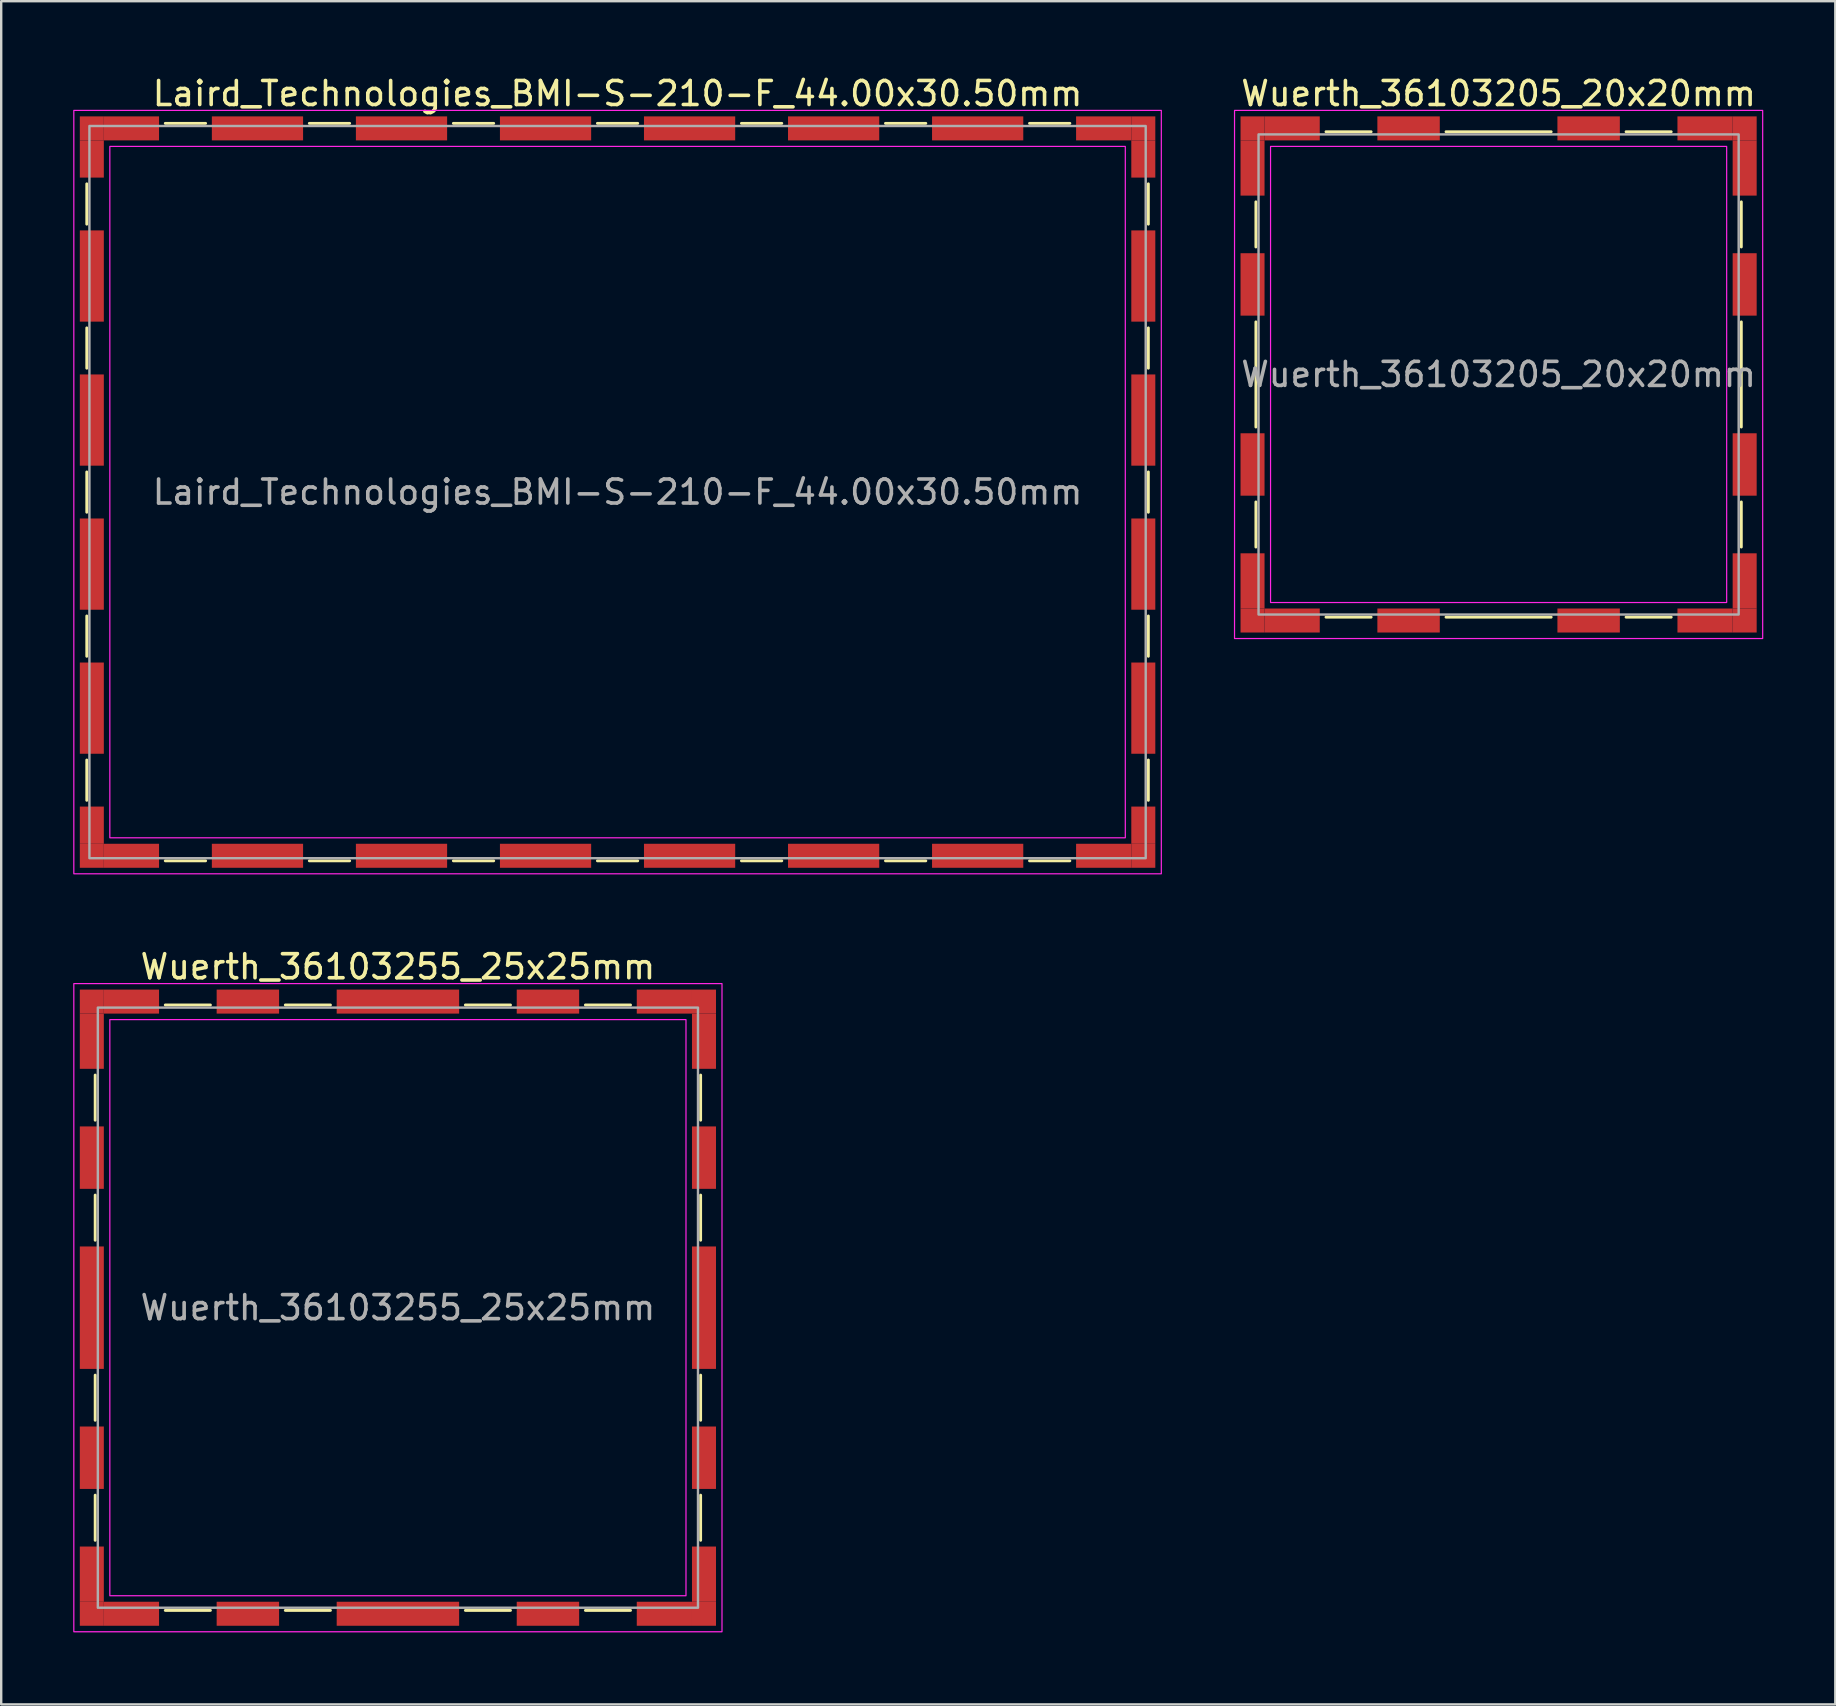
<source format=kicad_pcb>
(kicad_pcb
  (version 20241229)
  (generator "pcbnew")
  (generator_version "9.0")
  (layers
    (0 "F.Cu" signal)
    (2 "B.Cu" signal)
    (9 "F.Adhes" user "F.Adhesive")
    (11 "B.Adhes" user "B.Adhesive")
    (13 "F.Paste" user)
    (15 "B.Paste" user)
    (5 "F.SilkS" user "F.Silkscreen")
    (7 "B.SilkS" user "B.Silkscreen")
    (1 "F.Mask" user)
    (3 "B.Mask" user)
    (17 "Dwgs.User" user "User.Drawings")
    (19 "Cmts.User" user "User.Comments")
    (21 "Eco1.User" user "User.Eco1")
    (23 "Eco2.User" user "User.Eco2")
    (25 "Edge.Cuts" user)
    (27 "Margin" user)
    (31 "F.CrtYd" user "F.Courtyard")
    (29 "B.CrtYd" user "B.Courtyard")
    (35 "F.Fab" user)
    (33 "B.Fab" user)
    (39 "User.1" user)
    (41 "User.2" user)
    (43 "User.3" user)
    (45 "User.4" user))
  (footprint "Laird_Technologies_BMI-S-210-F_44.00x30.50mm"
    (layer "F.Cu")
    (at 22.675 17.448)
    (property "Reference" "Laird_Technologies_BMI-S-210-F_44.00x30.50mm" (at 0 -16.6 0) (layer "F.SilkS") (effects (font (size 1 1) (thickness 0.15))))
    (attr smd)
    (fp_line (start -22.11 -12.84) (end -22.11 -11.16) (stroke (width 0.12) (type solid)) (layer "F.SilkS"))
    (fp_line (start -22.11 -6.84) (end -22.11 -5.16) (stroke (width 0.12) (type solid)) (layer "F.SilkS"))
    (fp_line (start -22.11 -0.84) (end -22.11 0.84) (stroke (width 0.12) (type solid)) (layer "F.SilkS"))
    (fp_line (start -22.11 5.16) (end -22.11 6.84) (stroke (width 0.12) (type solid)) (layer "F.SilkS"))
    (fp_line (start -22.11 11.16) (end -22.11 12.84) (stroke (width 0.12) (type solid)) (layer "F.SilkS"))
    (fp_line (start -18.84 -15.36) (end -17.16 -15.36) (stroke (width 0.12) (type solid)) (layer "F.SilkS"))
    (fp_line (start -18.84 15.36) (end -17.16 15.36) (stroke (width 0.12) (type solid)) (layer "F.SilkS"))
    (fp_line (start -12.84 -15.36) (end -11.16 -15.36) (stroke (width 0.12) (type solid)) (layer "F.SilkS"))
    (fp_line (start -12.84 15.36) (end -11.16 15.36) (stroke (width 0.12) (type solid)) (layer "F.SilkS"))
    (fp_line (start -6.84 -15.36) (end -5.16 -15.36) (stroke (width 0.12) (type solid)) (layer "F.SilkS"))
    (fp_line (start -6.84 15.36) (end -5.16 15.36) (stroke (width 0.12) (type solid)) (layer "F.SilkS"))
    (fp_line (start -0.84 -15.36) (end 0.84 -15.36) (stroke (width 0.12) (type solid)) (layer "F.SilkS"))
    (fp_line (start -0.84 15.36) (end 0.84 15.36) (stroke (width 0.12) (type solid)) (layer "F.SilkS"))
    (fp_line (start 5.16 -15.36) (end 6.84 -15.36) (stroke (width 0.12) (type solid)) (layer "F.SilkS"))
    (fp_line (start 5.16 15.36) (end 6.84 15.36) (stroke (width 0.12) (type solid)) (layer "F.SilkS"))
    (fp_line (start 11.16 -15.36) (end 12.84 -15.36) (stroke (width 0.12) (type solid)) (layer "F.SilkS"))
    (fp_line (start 11.16 15.36) (end 12.84 15.36) (stroke (width 0.12) (type solid)) (layer "F.SilkS"))
    (fp_line (start 17.16 -15.36) (end 18.84 -15.36) (stroke (width 0.12) (type solid)) (layer "F.SilkS"))
    (fp_line (start 17.16 15.36) (end 18.84 15.36) (stroke (width 0.12) (type solid)) (layer "F.SilkS"))
    (fp_line (start 22.11 -12.84) (end 22.11 -11.16) (stroke (width 0.12) (type solid)) (layer "F.SilkS"))
    (fp_line (start 22.11 -6.84) (end 22.11 -5.16) (stroke (width 0.12) (type solid)) (layer "F.SilkS"))
    (fp_line (start 22.11 -0.84) (end 22.11 0.84) (stroke (width 0.12) (type solid)) (layer "F.SilkS"))
    (fp_line (start 22.11 5.16) (end 22.11 6.84) (stroke (width 0.12) (type solid)) (layer "F.SilkS"))
    (fp_line (start 22.11 11.16) (end 22.11 12.84) (stroke (width 0.12) (type solid)) (layer "F.SilkS"))
    (fp_rect (start -22.65 -15.9) (end 22.65 15.9) (stroke (width 0.05) (type solid)) (fill no) (layer "F.CrtYd"))
    (fp_rect (start -21.15 -14.4) (end 21.15 14.4) (stroke (width 0.05) (type solid)) (fill no) (layer "F.CrtYd"))
    (fp_rect (start -22 -15.25) (end 22 15.25) (stroke (width 0.1) (type solid)) (fill no) (layer "F.Fab"))
    (fp_text user "${REFERENCE}" (at 0 0 0) (layer "F.Fab") (effects (font (size 1 1) (thickness 0.15))))
    (pad "1" smd rect (at -21.9 -15.15) (size 1 1) (layers "F.Cu" "F.Mask" "F.Paste"))
    (pad "1" smd rect (at -21.9 -13.875) (size 1 1.55) (layers "F.Cu" "F.Mask" "F.Paste"))
    (pad "1" smd rect (at -21.9 -9) (size 1 3.8) (layers "F.Cu" "F.Mask" "F.Paste"))
    (pad "1" smd rect (at -21.9 -3) (size 1 3.8) (layers "F.Cu" "F.Mask" "F.Paste"))
    (pad "1" smd rect (at -21.9 3) (size 1 3.8) (layers "F.Cu" "F.Mask" "F.Paste"))
    (pad "1" smd rect (at -21.9 9) (size 1 3.8) (layers "F.Cu" "F.Mask" "F.Paste"))
    (pad "1" smd rect (at -21.9 13.875) (size 1 1.55) (layers "F.Cu" "F.Mask" "F.Paste"))
    (pad "1" smd rect (at -21.9 15.15) (size 1 1) (layers "F.Cu" "F.Mask" "F.Paste"))
    (pad "1" smd rect (at -20.25 -15.15) (size 2.3 1) (layers "F.Cu" "F.Mask" "F.Paste"))
    (pad "1" smd rect (at -20.25 15.15) (size 2.3 1) (layers "F.Cu" "F.Mask" "F.Paste"))
    (pad "1" smd rect (at -15 -15.15) (size 3.8 1) (layers "F.Cu" "F.Mask" "F.Paste"))
    (pad "1" smd rect (at -15 15.15) (size 3.8 1) (layers "F.Cu" "F.Mask" "F.Paste"))
    (pad "1" smd rect (at -9 -15.15) (size 3.8 1) (layers "F.Cu" "F.Mask" "F.Paste"))
    (pad "1" smd rect (at -9 15.15) (size 3.8 1) (layers "F.Cu" "F.Mask" "F.Paste"))
    (pad "1" smd rect (at -3 -15.15) (size 3.8 1) (layers "F.Cu" "F.Mask" "F.Paste"))
    (pad "1" smd rect (at -3 15.15) (size 3.8 1) (layers "F.Cu" "F.Mask" "F.Paste"))
    (pad "1" smd rect (at 3 -15.15) (size 3.8 1) (layers "F.Cu" "F.Mask" "F.Paste"))
    (pad "1" smd rect (at 3 15.15) (size 3.8 1) (layers "F.Cu" "F.Mask" "F.Paste"))
    (pad "1" smd rect (at 9 -15.15) (size 3.8 1) (layers "F.Cu" "F.Mask" "F.Paste"))
    (pad "1" smd rect (at 9 15.15) (size 3.8 1) (layers "F.Cu" "F.Mask" "F.Paste"))
    (pad "1" smd rect (at 15 -15.15) (size 3.8 1) (layers "F.Cu" "F.Mask" "F.Paste"))
    (pad "1" smd rect (at 15 15.15) (size 3.8 1) (layers "F.Cu" "F.Mask" "F.Paste"))
    (pad "1" smd rect (at 20.25 -15.15) (size 2.3 1) (layers "F.Cu" "F.Mask" "F.Paste"))
    (pad "1" smd rect (at 20.25 15.15) (size 2.3 1) (layers "F.Cu" "F.Mask" "F.Paste"))
    (pad "1" smd rect (at 21.9 -15.15) (size 1 1) (layers "F.Cu" "F.Mask" "F.Paste"))
    (pad "1" smd rect (at 21.9 -13.875) (size 1 1.55) (layers "F.Cu" "F.Mask" "F.Paste"))
    (pad "1" smd rect (at 21.9 -9) (size 1 3.8) (layers "F.Cu" "F.Mask" "F.Paste"))
    (pad "1" smd rect (at 21.9 -3) (size 1 3.8) (layers "F.Cu" "F.Mask" "F.Paste"))
    (pad "1" smd rect (at 21.9 3) (size 1 3.8) (layers "F.Cu" "F.Mask" "F.Paste"))
    (pad "1" smd rect (at 21.9 9) (size 1 3.8) (layers "F.Cu" "F.Mask" "F.Paste"))
    (pad "1" smd rect (at 21.9 13.875) (size 1 1.55) (layers "F.Cu" "F.Mask" "F.Paste"))
    (pad "1" smd rect (at 21.9 15.15) (size 1 1) (layers "F.Cu" "F.Mask" "F.Paste")))
  (footprint "Wuerth_36103255_25x25mm"
    (layer "F.Cu")
    (at 13.525 51.422)
    (property "Reference" "Wuerth_36103255_25x25mm" (at 0 -14.2 0) (layer "F.SilkS") (effects (font (size 1 1) (thickness 0.15))))
    (attr smd)
    (fp_line (start -12.61 -9.69) (end -12.61 -7.81) (stroke (width 0.12) (type solid)) (layer "F.SilkS"))
    (fp_line (start -12.61 -4.69) (end -12.61 -2.81) (stroke (width 0.12) (type solid)) (layer "F.SilkS"))
    (fp_line (start -12.61 2.81) (end -12.61 4.69) (stroke (width 0.12) (type solid)) (layer "F.SilkS"))
    (fp_line (start -12.61 7.81) (end -12.61 9.69) (stroke (width 0.12) (type solid)) (layer "F.SilkS"))
    (fp_line (start -9.69 -12.61) (end -7.81 -12.61) (stroke (width 0.12) (type solid)) (layer "F.SilkS"))
    (fp_line (start -9.69 12.61) (end -7.81 12.61) (stroke (width 0.12) (type solid)) (layer "F.SilkS"))
    (fp_line (start -4.69 -12.61) (end -2.81 -12.61) (stroke (width 0.12) (type solid)) (layer "F.SilkS"))
    (fp_line (start -4.69 12.61) (end -2.81 12.61) (stroke (width 0.12) (type solid)) (layer "F.SilkS"))
    (fp_line (start 2.81 -12.61) (end 4.69 -12.61) (stroke (width 0.12) (type solid)) (layer "F.SilkS"))
    (fp_line (start 2.81 12.61) (end 4.69 12.61) (stroke (width 0.12) (type solid)) (layer "F.SilkS"))
    (fp_line (start 7.81 -12.61) (end 9.69 -12.61) (stroke (width 0.12) (type solid)) (layer "F.SilkS"))
    (fp_line (start 7.81 12.61) (end 9.69 12.61) (stroke (width 0.12) (type solid)) (layer "F.SilkS"))
    (fp_line (start 12.61 -9.69) (end 12.61 -7.81) (stroke (width 0.12) (type solid)) (layer "F.SilkS"))
    (fp_line (start 12.61 -4.69) (end 12.61 -2.81) (stroke (width 0.12) (type solid)) (layer "F.SilkS"))
    (fp_line (start 12.61 2.81) (end 12.61 4.69) (stroke (width 0.12) (type solid)) (layer "F.SilkS"))
    (fp_line (start 12.61 7.81) (end 12.61 9.69) (stroke (width 0.12) (type solid)) (layer "F.SilkS"))
    (fp_rect (start -13.5 -13.5) (end 13.5 13.5) (stroke (width 0.05) (type solid)) (fill no) (layer "F.CrtYd"))
    (fp_rect (start -12 -12) (end 12 12) (stroke (width 0.05) (type solid)) (fill no) (layer "F.CrtYd"))
    (fp_rect (start -12.5 -12.5) (end 12.5 12.5) (stroke (width 0.1) (type solid)) (fill no) (layer "F.Fab"))
    (fp_text user "${REFERENCE}" (at 0 0 0) (layer "F.Fab") (effects (font (size 1 1) (thickness 0.15))))
    (pad "1" smd rect (at -12.75 -12.75) (size 1 1) (layers "F.Cu" "F.Mask" "F.Paste"))
    (pad "1" smd rect (at -12.75 -11.1) (size 1 2.3) (layers "F.Cu" "F.Mask" "F.Paste"))
    (pad "1" smd rect (at -12.75 -6.25) (size 1 2.6) (layers "F.Cu" "F.Mask" "F.Paste"))
    (pad "1" smd rect (at -12.75 0) (size 1 5.1) (layers "F.Cu" "F.Mask" "F.Paste"))
    (pad "1" smd rect (at -12.75 6.25) (size 1 2.6) (layers "F.Cu" "F.Mask" "F.Paste"))
    (pad "1" smd rect (at -12.75 11.1) (size 1 2.3) (layers "F.Cu" "F.Mask" "F.Paste"))
    (pad "1" smd rect (at -12.75 12.75) (size 1 1) (layers "F.Cu" "F.Mask" "F.Paste"))
    (pad "1" smd rect (at -11.1 -12.75) (size 2.3 1) (layers "F.Cu" "F.Mask" "F.Paste"))
    (pad "1" smd rect (at -11.1 12.75) (size 2.3 1) (layers "F.Cu" "F.Mask" "F.Paste"))
    (pad "1" smd rect (at -6.25 -12.75) (size 2.6 1) (layers "F.Cu" "F.Mask" "F.Paste"))
    (pad "1" smd rect (at -6.25 12.75) (size 2.6 1) (layers "F.Cu" "F.Mask" "F.Paste"))
    (pad "1" smd rect (at 0 -12.75) (size 5.1 1) (layers "F.Cu" "F.Mask" "F.Paste"))
    (pad "1" smd rect (at 0 12.75) (size 5.1 1) (layers "F.Cu" "F.Mask" "F.Paste"))
    (pad "1" smd rect (at 6.25 -12.75) (size 2.6 1) (layers "F.Cu" "F.Mask" "F.Paste"))
    (pad "1" smd rect (at 6.25 12.75) (size 2.6 1) (layers "F.Cu" "F.Mask" "F.Paste"))
    (pad "1" smd rect (at 11.1 -12.75) (size 2.3 1) (layers "F.Cu" "F.Mask" "F.Paste"))
    (pad "1" smd rect (at 11.1 12.75) (size 2.3 1) (layers "F.Cu" "F.Mask" "F.Paste"))
    (pad "1" smd rect (at 12.75 -12.75) (size 1 1) (layers "F.Cu" "F.Mask" "F.Paste"))
    (pad "1" smd rect (at 12.75 -11.1) (size 1 2.3) (layers "F.Cu" "F.Mask" "F.Paste"))
    (pad "1" smd rect (at 12.75 -6.25) (size 1 2.6) (layers "F.Cu" "F.Mask" "F.Paste"))
    (pad "1" smd rect (at 12.75 0) (size 1 5.1) (layers "F.Cu" "F.Mask" "F.Paste"))
    (pad "1" smd rect (at 12.75 6.25) (size 1 2.6) (layers "F.Cu" "F.Mask" "F.Paste"))
    (pad "1" smd rect (at 12.75 11.1) (size 1 2.3) (layers "F.Cu" "F.Mask" "F.Paste"))
    (pad "1" smd rect (at 12.75 12.75) (size 1 1) (layers "F.Cu" "F.Mask" "F.Paste")))
  (footprint "Wuerth_36103205_20x20mm"
    (layer "F.Cu")
    (at 59.375 12.548)
    (property "Reference" "Wuerth_36103205_20x20mm" (at 0 -11.7 0) (layer "F.SilkS") (effects (font (size 1 1) (thickness 0.15))))
    (attr smd)
    (fp_line (start -10.11 -7.19) (end -10.11 -5.31) (stroke (width 0.12) (type solid)) (layer "F.SilkS"))
    (fp_line (start -10.11 -2.19) (end -10.11 2.19) (stroke (width 0.12) (type solid)) (layer "F.SilkS"))
    (fp_line (start -10.11 5.31) (end -10.11 7.19) (stroke (width 0.12) (type solid)) (layer "F.SilkS"))
    (fp_line (start -7.19 -10.11) (end -5.31 -10.11) (stroke (width 0.12) (type solid)) (layer "F.SilkS"))
    (fp_line (start -7.19 10.11) (end -5.31 10.11) (stroke (width 0.12) (type solid)) (layer "F.SilkS"))
    (fp_line (start -2.19 -10.11) (end 2.19 -10.11) (stroke (width 0.12) (type solid)) (layer "F.SilkS"))
    (fp_line (start -2.19 10.11) (end 2.19 10.11) (stroke (width 0.12) (type solid)) (layer "F.SilkS"))
    (fp_line (start 5.31 -10.11) (end 7.19 -10.11) (stroke (width 0.12) (type solid)) (layer "F.SilkS"))
    (fp_line (start 5.31 10.11) (end 7.19 10.11) (stroke (width 0.12) (type solid)) (layer "F.SilkS"))
    (fp_line (start 10.11 -7.19) (end 10.11 -5.31) (stroke (width 0.12) (type solid)) (layer "F.SilkS"))
    (fp_line (start 10.11 -2.19) (end 10.11 2.19) (stroke (width 0.12) (type solid)) (layer "F.SilkS"))
    (fp_line (start 10.11 5.31) (end 10.11 7.19) (stroke (width 0.12) (type solid)) (layer "F.SilkS"))
    (fp_rect (start -11 -11) (end 11 11) (stroke (width 0.05) (type solid)) (fill no) (layer "F.CrtYd"))
    (fp_rect (start -9.5 -9.5) (end 9.5 9.5) (stroke (width 0.05) (type solid)) (fill no) (layer "F.CrtYd"))
    (fp_rect (start -10 -10) (end 10 10) (stroke (width 0.1) (type solid)) (fill no) (layer "F.Fab"))
    (fp_text user "${REFERENCE}" (at 0 0 0) (layer "F.Fab") (effects (font (size 1 1) (thickness 0.15))))
    (pad "1" smd rect (at -10.25 -10.25) (size 1 1) (layers "F.Cu" "F.Mask" "F.Paste"))
    (pad "1" smd rect (at -10.25 -8.6) (size 1 2.3) (layers "F.Cu" "F.Mask" "F.Paste"))
    (pad "1" smd rect (at -10.25 -3.75) (size 1 2.6) (layers "F.Cu" "F.Mask" "F.Paste"))
    (pad "1" smd rect (at -10.25 3.75) (size 1 2.6) (layers "F.Cu" "F.Mask" "F.Paste"))
    (pad "1" smd rect (at -10.25 8.6) (size 1 2.3) (layers "F.Cu" "F.Mask" "F.Paste"))
    (pad "1" smd rect (at -10.25 10.25) (size 1 1) (layers "F.Cu" "F.Mask" "F.Paste"))
    (pad "1" smd rect (at -8.6 -10.25) (size 2.3 1) (layers "F.Cu" "F.Mask" "F.Paste"))
    (pad "1" smd rect (at -8.6 10.25) (size 2.3 1) (layers "F.Cu" "F.Mask" "F.Paste"))
    (pad "1" smd rect (at -3.75 -10.25) (size 2.6 1) (layers "F.Cu" "F.Mask" "F.Paste"))
    (pad "1" smd rect (at -3.75 10.25) (size 2.6 1) (layers "F.Cu" "F.Mask" "F.Paste"))
    (pad "1" smd rect (at 3.75 -10.25) (size 2.6 1) (layers "F.Cu" "F.Mask" "F.Paste"))
    (pad "1" smd rect (at 3.75 10.25) (size 2.6 1) (layers "F.Cu" "F.Mask" "F.Paste"))
    (pad "1" smd rect (at 8.6 -10.25) (size 2.3 1) (layers "F.Cu" "F.Mask" "F.Paste"))
    (pad "1" smd rect (at 8.6 10.25) (size 2.3 1) (layers "F.Cu" "F.Mask" "F.Paste"))
    (pad "1" smd rect (at 10.25 -10.25) (size 1 1) (layers "F.Cu" "F.Mask" "F.Paste"))
    (pad "1" smd rect (at 10.25 -8.6) (size 1 2.3) (layers "F.Cu" "F.Mask" "F.Paste"))
    (pad "1" smd rect (at 10.25 -3.75) (size 1 2.6) (layers "F.Cu" "F.Mask" "F.Paste"))
    (pad "1" smd rect (at 10.25 3.75) (size 1 2.6) (layers "F.Cu" "F.Mask" "F.Paste"))
    (pad "1" smd rect (at 10.25 8.6) (size 1 2.3) (layers "F.Cu" "F.Mask" "F.Paste"))
    (pad "1" smd rect (at 10.25 10.25) (size 1 1) (layers "F.Cu" "F.Mask" "F.Paste")))
  (gr_rect
    (start -3 -3)
    (end 73.4 67.947)
    (stroke (width 0.1) (type default))
    (fill no)
    (layer "Edge.Cuts")))
</source>
